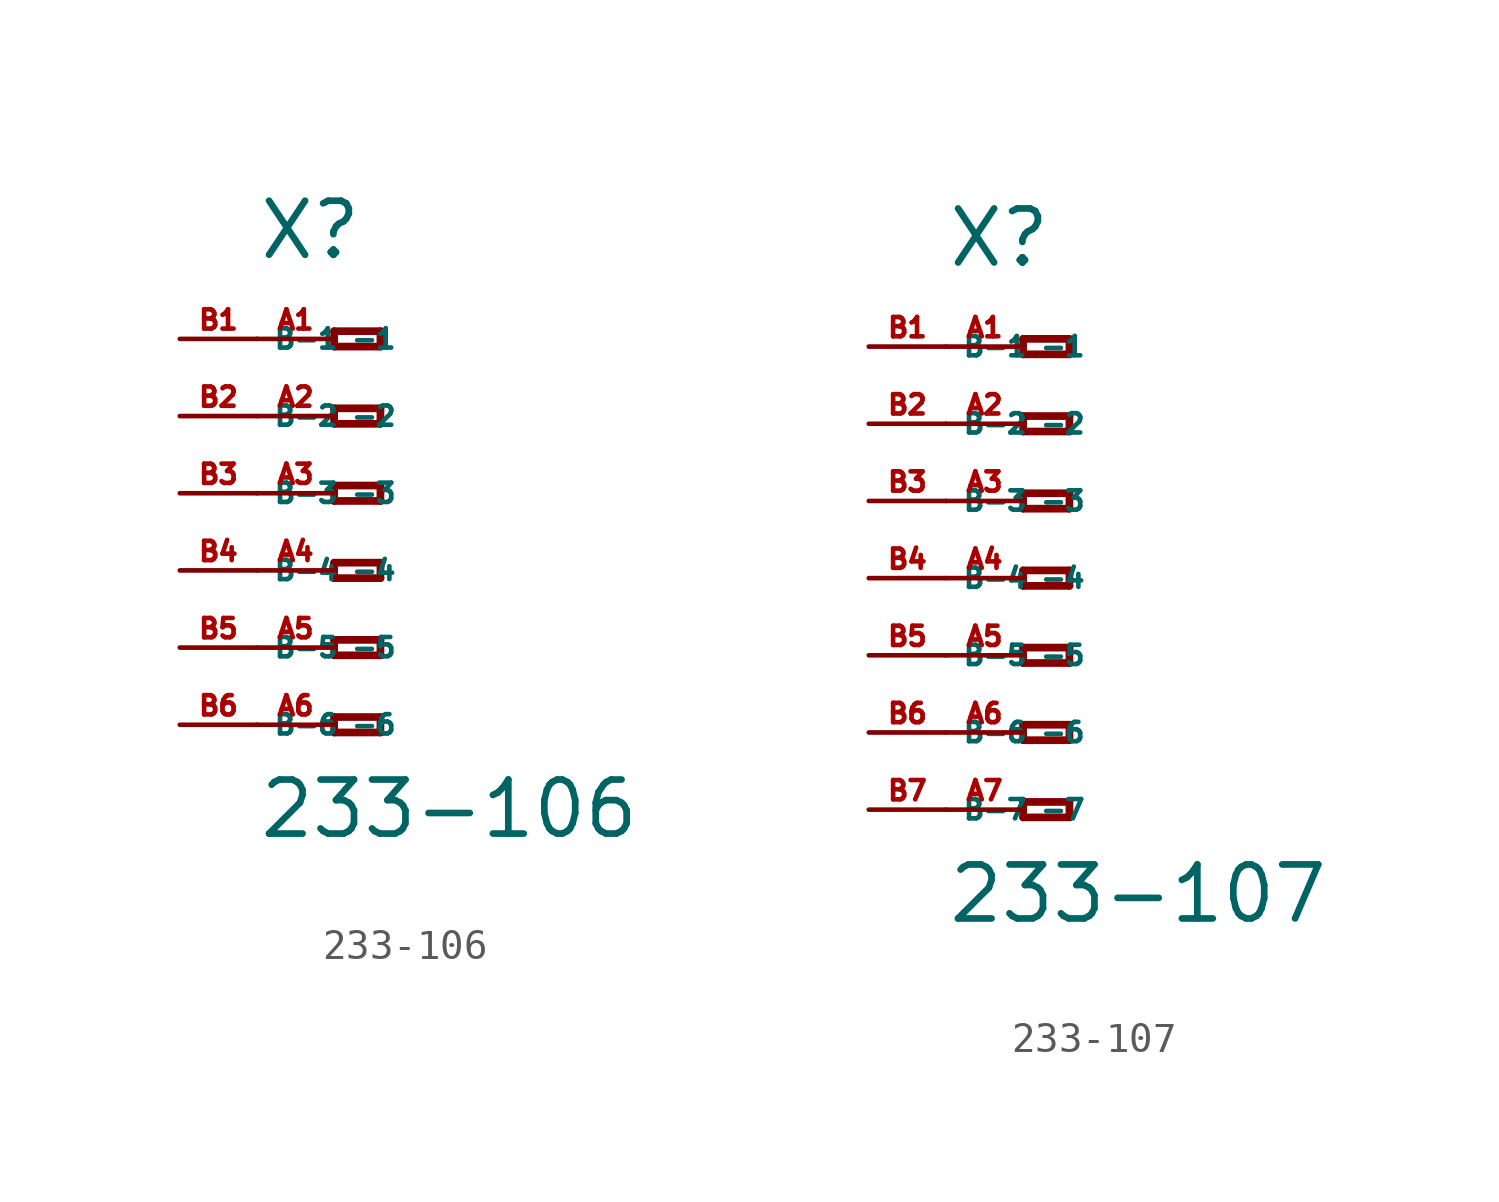
<source format=kicad_sym>
(kicad_symbol_lib
  (version 20220914)
  (generator Eagle2Kicad)
  (symbol "233-106"
    (property "Reference" "X"
      (at -5.08 7.62 0)
      (effects (font (size 1.778 1.778) (thickness 0.22)) (justify left bottom)))
    (property "Value" "233-106"
      (at -5.08 -11.43 0)
      (effects (font (size 1.778 1.778) (thickness 0.22)) (justify left bottom)))
    (polyline
      (pts (xy -2.54 5.334) (xy -2.54 4.826))
      (stroke (width 0.254) (type default))
      (fill (type none)))
    (polyline
      (pts (xy -2.54 4.826) (xy -1.016 4.826))
      (stroke (width 0.254) (type default))
      (fill (type none)))
    (polyline
      (pts (xy -1.016 4.826) (xy -1.016 5.334))
      (stroke (width 0.254) (type default))
      (fill (type none)))
    (polyline
      (pts (xy -1.016 5.334) (xy -2.54 5.334))
      (stroke (width 0.254) (type default))
      (fill (type none)))
    (polyline
      (pts (xy -2.54 2.794) (xy -2.54 2.286))
      (stroke (width 0.254) (type default))
      (fill (type none)))
    (polyline
      (pts (xy -2.54 2.286) (xy -1.016 2.286))
      (stroke (width 0.254) (type default))
      (fill (type none)))
    (polyline
      (pts (xy -1.016 2.286) (xy -1.016 2.794))
      (stroke (width 0.254) (type default))
      (fill (type none)))
    (polyline
      (pts (xy -1.016 2.794) (xy -2.54 2.794))
      (stroke (width 0.254) (type default))
      (fill (type none)))
    (polyline
      (pts (xy -2.54 0.254) (xy -2.54 -0.254))
      (stroke (width 0.254) (type default))
      (fill (type none)))
    (polyline
      (pts (xy -2.54 -0.254) (xy -1.016 -0.254))
      (stroke (width 0.254) (type default))
      (fill (type none)))
    (polyline
      (pts (xy -1.016 -0.254) (xy -1.016 0.254))
      (stroke (width 0.254) (type default))
      (fill (type none)))
    (polyline
      (pts (xy -1.016 0.254) (xy -2.54 0.254))
      (stroke (width 0.254) (type default))
      (fill (type none)))
    (polyline
      (pts (xy -2.54 -2.286) (xy -2.54 -2.794))
      (stroke (width 0.254) (type default))
      (fill (type none)))
    (polyline
      (pts (xy -2.54 -2.794) (xy -1.016 -2.794))
      (stroke (width 0.254) (type default))
      (fill (type none)))
    (polyline
      (pts (xy -1.016 -2.794) (xy -1.016 -2.286))
      (stroke (width 0.254) (type default))
      (fill (type none)))
    (polyline
      (pts (xy -1.016 -2.286) (xy -2.54 -2.286))
      (stroke (width 0.254) (type default))
      (fill (type none)))
    (polyline
      (pts (xy -2.54 -4.826) (xy -2.54 -5.334))
      (stroke (width 0.254) (type default))
      (fill (type none)))
    (polyline
      (pts (xy -2.54 -5.334) (xy -1.016 -5.334))
      (stroke (width 0.254) (type default))
      (fill (type none)))
    (polyline
      (pts (xy -1.016 -5.334) (xy -1.016 -4.826))
      (stroke (width 0.254) (type default))
      (fill (type none)))
    (polyline
      (pts (xy -1.016 -4.826) (xy -2.54 -4.826))
      (stroke (width 0.254) (type default))
      (fill (type none)))
    (polyline
      (pts (xy -2.54 -7.366) (xy -2.54 -7.874))
      (stroke (width 0.254) (type default))
      (fill (type none)))
    (polyline
      (pts (xy -2.54 -7.874) (xy -1.016 -7.874))
      (stroke (width 0.254) (type default))
      (fill (type none)))
    (polyline
      (pts (xy -1.016 -7.874) (xy -1.016 -7.366))
      (stroke (width 0.254) (type default))
      (fill (type none)))
    (polyline
      (pts (xy -1.016 -7.366) (xy -2.54 -7.366))
      (stroke (width 0.254) (type default))
      (fill (type none)))
    (pin passive line
      (at -5.08 5.08 0)
      (length 2.54)
      (name "-1" (effects (font (size 0.635 0.635) (thickness 0.08)) (justify left bottom)))
      (number "A1" (effects (font (size 0.635 0.635) (thickness 0.08)) (justify left bottom))))
    (pin passive line
      (at -5.08 2.54 0)
      (length 2.54)
      (name "-2" (effects (font (size 0.635 0.635) (thickness 0.08)) (justify left bottom)))
      (number "A2" (effects (font (size 0.635 0.635) (thickness 0.08)) (justify left bottom))))
    (pin passive line
      (at -5.08 0 0)
      (length 2.54)
      (name "-3" (effects (font (size 0.635 0.635) (thickness 0.08)) (justify left bottom)))
      (number "A3" (effects (font (size 0.635 0.635) (thickness 0.08)) (justify left bottom))))
    (pin passive line
      (at -5.08 -2.54 0)
      (length 2.54)
      (name "-4" (effects (font (size 0.635 0.635) (thickness 0.08)) (justify left bottom)))
      (number "A4" (effects (font (size 0.635 0.635) (thickness 0.08)) (justify left bottom))))
    (pin passive line
      (at -5.08 -5.08 0)
      (length 2.54)
      (name "-5" (effects (font (size 0.635 0.635) (thickness 0.08)) (justify left bottom)))
      (number "A5" (effects (font (size 0.635 0.635) (thickness 0.08)) (justify left bottom))))
    (pin passive line
      (at -5.08 -7.62 0)
      (length 2.54)
      (name "-6" (effects (font (size 0.635 0.635) (thickness 0.08)) (justify left bottom)))
      (number "A6" (effects (font (size 0.635 0.635) (thickness 0.08)) (justify left bottom))))
    (pin passive line
      (at -7.62 -7.62 0)
      (length 2.54)
      (name "B-6" (effects (font (size 0.635 0.635) (thickness 0.08)) (justify left bottom)))
      (number "B6" (effects (font (size 0.635 0.635) (thickness 0.08)) (justify left bottom))))
    (pin passive line
      (at -7.62 5.08 0)
      (length 2.54)
      (name "B-1" (effects (font (size 0.635 0.635) (thickness 0.08)) (justify left bottom)))
      (number "B1" (effects (font (size 0.635 0.635) (thickness 0.08)) (justify left bottom))))
    (pin passive line
      (at -7.62 2.54 0)
      (length 2.54)
      (name "B-2" (effects (font (size 0.635 0.635) (thickness 0.08)) (justify left bottom)))
      (number "B2" (effects (font (size 0.635 0.635) (thickness 0.08)) (justify left bottom))))
    (pin passive line
      (at -7.62 0 0)
      (length 2.54)
      (name "B-3" (effects (font (size 0.635 0.635) (thickness 0.08)) (justify left bottom)))
      (number "B3" (effects (font (size 0.635 0.635) (thickness 0.08)) (justify left bottom))))
    (pin passive line
      (at -7.62 -2.54 0)
      (length 2.54)
      (name "B-4" (effects (font (size 0.635 0.635) (thickness 0.08)) (justify left bottom)))
      (number "B4" (effects (font (size 0.635 0.635) (thickness 0.08)) (justify left bottom))))
    (pin passive line
      (at -7.62 -5.08 0)
      (length 2.54)
      (name "B-5" (effects (font (size 0.635 0.635) (thickness 0.08)) (justify left bottom)))
      (number "B5" (effects (font (size 0.635 0.635) (thickness 0.08)) (justify left bottom)))))
  (symbol "233-107"
    (property "Reference" "X"
      (at -5.08 10.16 0)
      (effects (font (size 1.778 1.778) (thickness 0.22)) (justify left bottom)))
    (property "Value" "233-107"
      (at -5.08 -11.43 0)
      (effects (font (size 1.778 1.778) (thickness 0.22)) (justify left bottom)))
    (polyline
      (pts (xy -2.54 7.874) (xy -2.54 7.366))
      (stroke (width 0.254) (type default))
      (fill (type none)))
    (polyline
      (pts (xy -2.54 7.366) (xy -1.016 7.366))
      (stroke (width 0.254) (type default))
      (fill (type none)))
    (polyline
      (pts (xy -1.016 7.366) (xy -1.016 7.874))
      (stroke (width 0.254) (type default))
      (fill (type none)))
    (polyline
      (pts (xy -1.016 7.874) (xy -2.54 7.874))
      (stroke (width 0.254) (type default))
      (fill (type none)))
    (polyline
      (pts (xy -2.54 5.334) (xy -2.54 4.826))
      (stroke (width 0.254) (type default))
      (fill (type none)))
    (polyline
      (pts (xy -2.54 4.826) (xy -1.016 4.826))
      (stroke (width 0.254) (type default))
      (fill (type none)))
    (polyline
      (pts (xy -1.016 4.826) (xy -1.016 5.334))
      (stroke (width 0.254) (type default))
      (fill (type none)))
    (polyline
      (pts (xy -1.016 5.334) (xy -2.54 5.334))
      (stroke (width 0.254) (type default))
      (fill (type none)))
    (polyline
      (pts (xy -2.54 2.794) (xy -2.54 2.286))
      (stroke (width 0.254) (type default))
      (fill (type none)))
    (polyline
      (pts (xy -2.54 2.286) (xy -1.016 2.286))
      (stroke (width 0.254) (type default))
      (fill (type none)))
    (polyline
      (pts (xy -1.016 2.286) (xy -1.016 2.794))
      (stroke (width 0.254) (type default))
      (fill (type none)))
    (polyline
      (pts (xy -1.016 2.794) (xy -2.54 2.794))
      (stroke (width 0.254) (type default))
      (fill (type none)))
    (polyline
      (pts (xy -2.54 0.254) (xy -2.54 -0.254))
      (stroke (width 0.254) (type default))
      (fill (type none)))
    (polyline
      (pts (xy -2.54 -0.254) (xy -1.016 -0.254))
      (stroke (width 0.254) (type default))
      (fill (type none)))
    (polyline
      (pts (xy -1.016 -0.254) (xy -1.016 0.254))
      (stroke (width 0.254) (type default))
      (fill (type none)))
    (polyline
      (pts (xy -1.016 0.254) (xy -2.54 0.254))
      (stroke (width 0.254) (type default))
      (fill (type none)))
    (polyline
      (pts (xy -2.54 -2.286) (xy -2.54 -2.794))
      (stroke (width 0.254) (type default))
      (fill (type none)))
    (polyline
      (pts (xy -2.54 -2.794) (xy -1.016 -2.794))
      (stroke (width 0.254) (type default))
      (fill (type none)))
    (polyline
      (pts (xy -1.016 -2.794) (xy -1.016 -2.286))
      (stroke (width 0.254) (type default))
      (fill (type none)))
    (polyline
      (pts (xy -1.016 -2.286) (xy -2.54 -2.286))
      (stroke (width 0.254) (type default))
      (fill (type none)))
    (polyline
      (pts (xy -2.54 -4.826) (xy -2.54 -5.334))
      (stroke (width 0.254) (type default))
      (fill (type none)))
    (polyline
      (pts (xy -2.54 -5.334) (xy -1.016 -5.334))
      (stroke (width 0.254) (type default))
      (fill (type none)))
    (polyline
      (pts (xy -1.016 -5.334) (xy -1.016 -4.826))
      (stroke (width 0.254) (type default))
      (fill (type none)))
    (polyline
      (pts (xy -1.016 -4.826) (xy -2.54 -4.826))
      (stroke (width 0.254) (type default))
      (fill (type none)))
    (polyline
      (pts (xy -2.54 -7.366) (xy -2.54 -7.874))
      (stroke (width 0.254) (type default))
      (fill (type none)))
    (polyline
      (pts (xy -2.54 -7.874) (xy -1.016 -7.874))
      (stroke (width 0.254) (type default))
      (fill (type none)))
    (polyline
      (pts (xy -1.016 -7.874) (xy -1.016 -7.366))
      (stroke (width 0.254) (type default))
      (fill (type none)))
    (polyline
      (pts (xy -1.016 -7.366) (xy -2.54 -7.366))
      (stroke (width 0.254) (type default))
      (fill (type none)))
    (pin passive line
      (at -5.08 7.62 0)
      (length 2.54)
      (name "-1" (effects (font (size 0.635 0.635) (thickness 0.08)) (justify left bottom)))
      (number "A1" (effects (font (size 0.635 0.635) (thickness 0.08)) (justify left bottom))))
    (pin passive line
      (at -5.08 5.08 0)
      (length 2.54)
      (name "-2" (effects (font (size 0.635 0.635) (thickness 0.08)) (justify left bottom)))
      (number "A2" (effects (font (size 0.635 0.635) (thickness 0.08)) (justify left bottom))))
    (pin passive line
      (at -5.08 2.54 0)
      (length 2.54)
      (name "-3" (effects (font (size 0.635 0.635) (thickness 0.08)) (justify left bottom)))
      (number "A3" (effects (font (size 0.635 0.635) (thickness 0.08)) (justify left bottom))))
    (pin passive line
      (at -5.08 0 0)
      (length 2.54)
      (name "-4" (effects (font (size 0.635 0.635) (thickness 0.08)) (justify left bottom)))
      (number "A4" (effects (font (size 0.635 0.635) (thickness 0.08)) (justify left bottom))))
    (pin passive line
      (at -5.08 -2.54 0)
      (length 2.54)
      (name "-5" (effects (font (size 0.635 0.635) (thickness 0.08)) (justify left bottom)))
      (number "A5" (effects (font (size 0.635 0.635) (thickness 0.08)) (justify left bottom))))
    (pin passive line
      (at -5.08 -5.08 0)
      (length 2.54)
      (name "-6" (effects (font (size 0.635 0.635) (thickness 0.08)) (justify left bottom)))
      (number "A6" (effects (font (size 0.635 0.635) (thickness 0.08)) (justify left bottom))))
    (pin passive line
      (at -5.08 -7.62 0)
      (length 2.54)
      (name "-7" (effects (font (size 0.635 0.635) (thickness 0.08)) (justify left bottom)))
      (number "A7" (effects (font (size 0.635 0.635) (thickness 0.08)) (justify left bottom))))
    (pin passive line
      (at -7.62 -7.62 0)
      (length 2.54)
      (name "B-7" (effects (font (size 0.635 0.635) (thickness 0.08)) (justify left bottom)))
      (number "B7" (effects (font (size 0.635 0.635) (thickness 0.08)) (justify left bottom))))
    (pin passive line
      (at -7.62 7.62 0)
      (length 2.54)
      (name "B-1" (effects (font (size 0.635 0.635) (thickness 0.08)) (justify left bottom)))
      (number "B1" (effects (font (size 0.635 0.635) (thickness 0.08)) (justify left bottom))))
    (pin passive line
      (at -7.62 5.08 0)
      (length 2.54)
      (name "B-2" (effects (font (size 0.635 0.635) (thickness 0.08)) (justify left bottom)))
      (number "B2" (effects (font (size 0.635 0.635) (thickness 0.08)) (justify left bottom))))
    (pin passive line
      (at -7.62 2.54 0)
      (length 2.54)
      (name "B-3" (effects (font (size 0.635 0.635) (thickness 0.08)) (justify left bottom)))
      (number "B3" (effects (font (size 0.635 0.635) (thickness 0.08)) (justify left bottom))))
    (pin passive line
      (at -7.62 0 0)
      (length 2.54)
      (name "B-4" (effects (font (size 0.635 0.635) (thickness 0.08)) (justify left bottom)))
      (number "B4" (effects (font (size 0.635 0.635) (thickness 0.08)) (justify left bottom))))
    (pin passive line
      (at -7.62 -2.54 0)
      (length 2.54)
      (name "B-5" (effects (font (size 0.635 0.635) (thickness 0.08)) (justify left bottom)))
      (number "B5" (effects (font (size 0.635 0.635) (thickness 0.08)) (justify left bottom))))
    (pin passive line
      (at -7.62 -5.08 0)
      (length 2.54)
      (name "B-6" (effects (font (size 0.635 0.635) (thickness 0.08)) (justify left bottom)))
      (number "B6" (effects (font (size 0.635 0.635) (thickness 0.08)) (justify left bottom))))))
</source>
